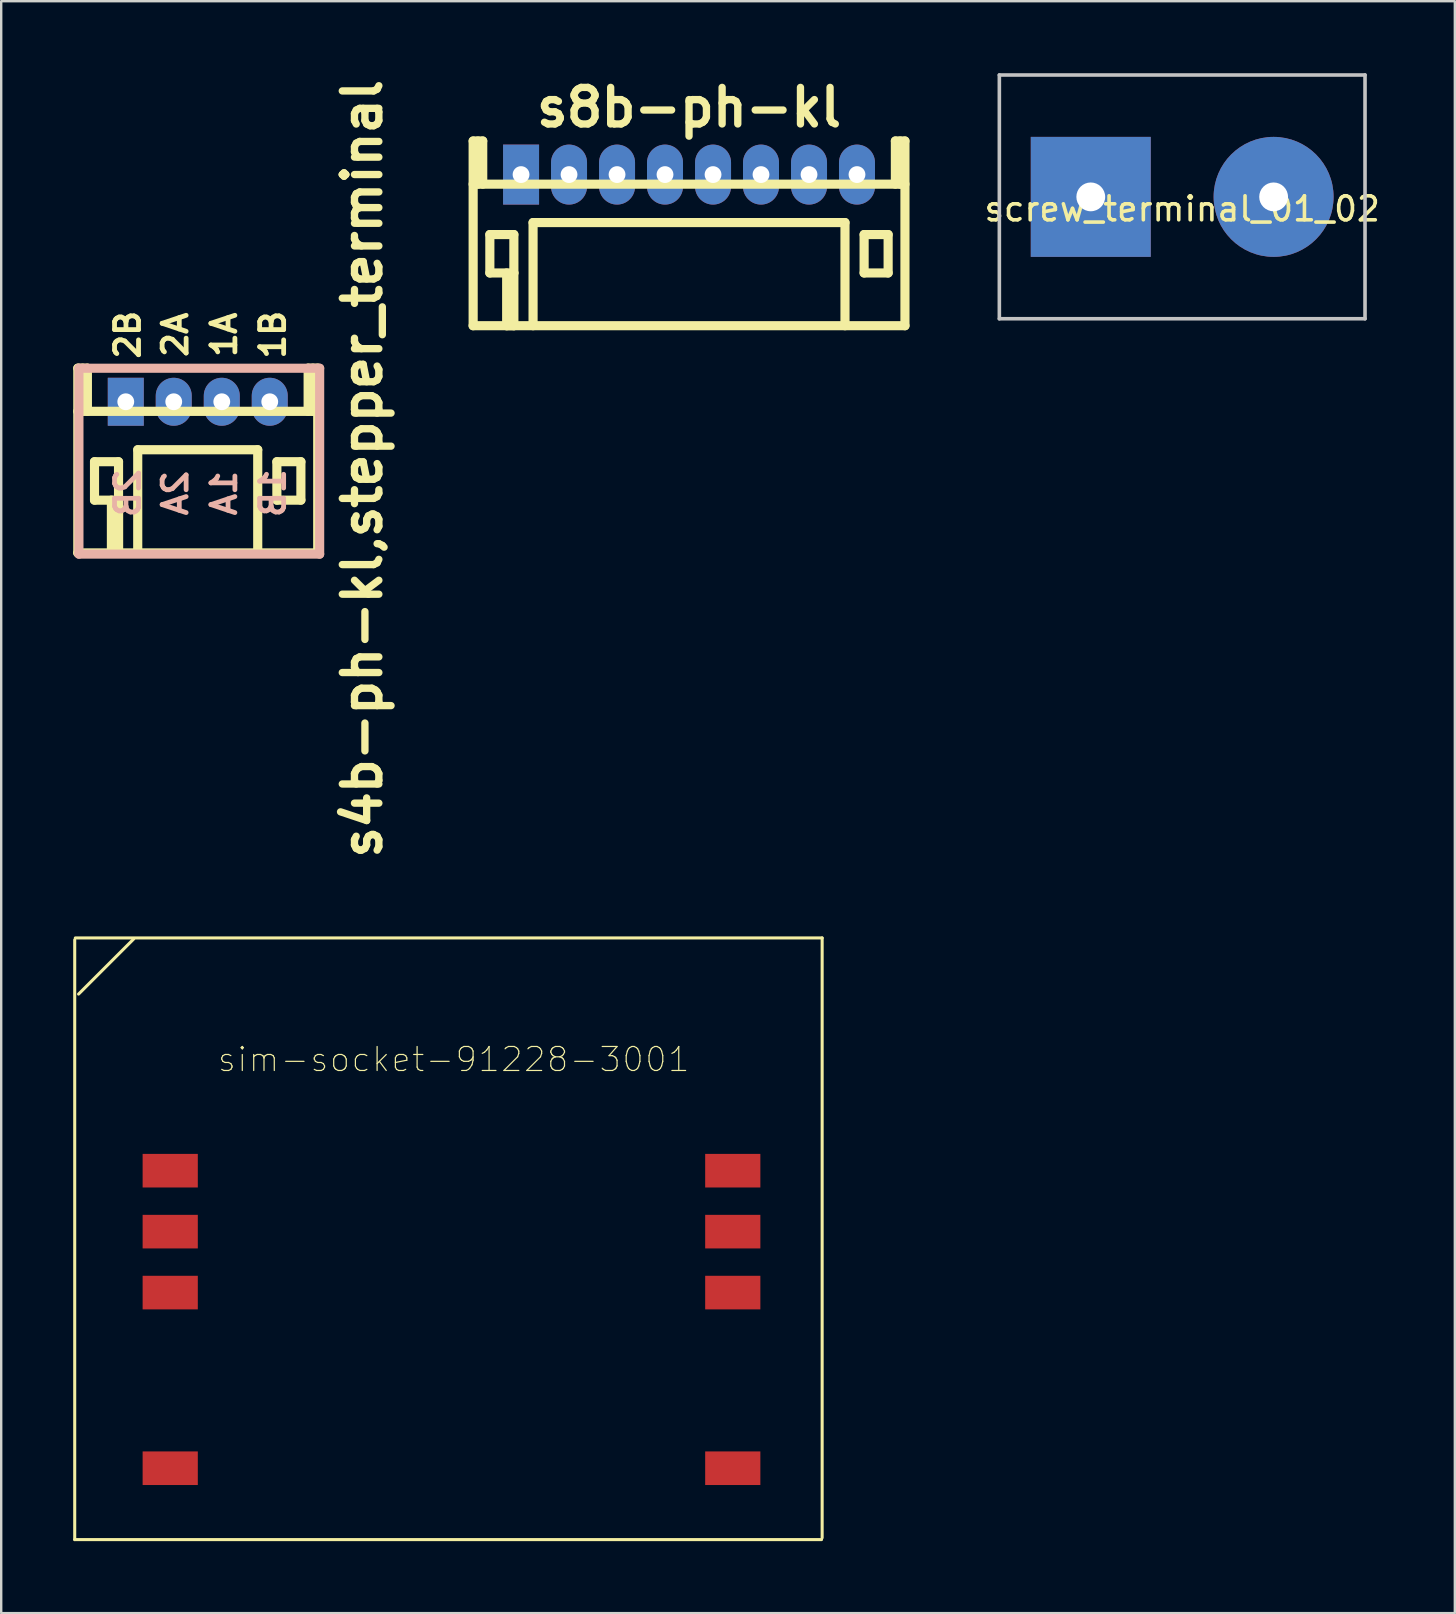
<source format=kicad_pcb>
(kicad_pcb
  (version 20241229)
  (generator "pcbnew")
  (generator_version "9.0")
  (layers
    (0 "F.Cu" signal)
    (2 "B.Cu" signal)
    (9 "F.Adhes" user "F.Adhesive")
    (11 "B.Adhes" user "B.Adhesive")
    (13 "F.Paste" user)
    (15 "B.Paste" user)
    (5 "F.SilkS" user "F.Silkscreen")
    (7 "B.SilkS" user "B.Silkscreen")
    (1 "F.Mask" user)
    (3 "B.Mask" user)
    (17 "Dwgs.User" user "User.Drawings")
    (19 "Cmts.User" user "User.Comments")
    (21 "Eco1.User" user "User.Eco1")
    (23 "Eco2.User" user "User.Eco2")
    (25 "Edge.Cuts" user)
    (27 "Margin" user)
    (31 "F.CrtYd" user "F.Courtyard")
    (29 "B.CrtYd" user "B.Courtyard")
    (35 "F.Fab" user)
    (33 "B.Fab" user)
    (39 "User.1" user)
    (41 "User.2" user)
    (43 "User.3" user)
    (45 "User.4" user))
  (footprint "sim-socket-91228-3001"
    (layer "F.Cu")
    (at 5.314 45.74)
    (property "Reference" "sim-socket-91228-3001" (at 10.543 -4.636 0) (layer "F.SilkS") (effects (font (size 1 1) (thickness 0.05))))
    (attr smd)
    (fp_line (start -5.25 15.375) (end -5.25 -9.625) (stroke (width 0.127) (type solid)) (layer "F.SilkS"))
    (fp_line (start -5.225 -9.7) (end 25.9 -9.7) (stroke (width 0.127) (type solid)) (layer "F.SilkS"))
    (fp_line (start -5.09 -7.36) (end -2.79 -9.66) (stroke (width 0.127) (type solid)) (layer "F.SilkS"))
    (fp_line (start 25.875 15.375) (end -5.25 15.375) (stroke (width 0.127) (type solid)) (layer "F.SilkS"))
    (fp_line (start 25.9 -9.7) (end 25.9 15.3) (stroke (width 0.127) (type solid)) (layer "F.SilkS"))
    (pad "C1" smd rect (at 22.175 0) (size 2.3 1.4) (layers "F.Cu" "F.Mask" "F.Paste"))
    (pad "C2" smd rect (at 22.175 2.54) (size 2.3 1.4) (layers "F.Cu" "F.Mask" "F.Paste"))
    (pad "C3" smd rect (at 22.175 5.08) (size 2.3 1.4) (layers "F.Cu" "F.Mask" "F.Paste"))
    (pad "C4" smd rect (at 22.175 12.4) (size 2.3 1.4) (layers "F.Cu" "F.Mask" "F.Paste"))
    (pad "C5" smd rect (at -1.27 0) (size 2.3 1.4) (layers "F.Cu" "F.Mask" "F.Paste"))
    (pad "C6" smd rect (at -1.27 2.54) (size 2.3 1.4) (layers "F.Cu" "F.Mask" "F.Paste"))
    (pad "C7" smd rect (at -1.27 5.08) (size 2.3 1.4) (layers "F.Cu" "F.Mask" "F.Paste"))
    (pad "C8" smd rect (at -1.27 12.4) (size 2.3 1.4) (layers "F.Cu" "F.Mask" "F.Paste")))
  (footprint "s4b-ph-kl,stepper_terminal"
    (layer "F.Cu")
    (at 5.192 13.694)
    (property "Reference" "s4b-ph-kl,stepper_terminal" (at 6.858 2.794 90) (layer "F.SilkS") (effects (font (size 1.524 1.524) (thickness 0.305))))
    (attr through_hole)
    (fp_line (start -5.001 0.399) (end 5.001 0.399) (stroke (width 0.381) (type solid)) (layer "F.SilkS"))
    (fp_line (start -5.001 6.299) (end 5.001 6.299) (stroke (width 0.381) (type solid)) (layer "F.SilkS"))
    (fp_line (start -4.999 -1.4) (end -4.999 6.299) (stroke (width 0.381) (type solid)) (layer "F.SilkS"))
    (fp_line (start -4.798 -1.4) (end -4.798 0.399) (stroke (width 0.381) (type solid)) (layer "F.SilkS"))
    (fp_line (start -4.6 -1.4) (end -4.999 -1.4) (stroke (width 0.381) (type solid)) (layer "F.SilkS"))
    (fp_line (start -4.6 0.399) (end -4.6 -1.4) (stroke (width 0.381) (type solid)) (layer "F.SilkS"))
    (fp_line (start -4.303 2.499) (end -3.302 2.499) (stroke (width 0.381) (type solid)) (layer "F.SilkS"))
    (fp_line (start -4.303 4.1) (end -4.303 2.499) (stroke (width 0.381) (type solid)) (layer "F.SilkS"))
    (fp_line (start -3.599 6.299) (end -3.599 4.1) (stroke (width 0.381) (type solid)) (layer "F.SilkS"))
    (fp_line (start -3.302 2.499) (end -3.302 4.1) (stroke (width 0.381) (type solid)) (layer "F.SilkS"))
    (fp_line (start -3.302 4.1) (end -4.303 4.1) (stroke (width 0.381) (type solid)) (layer "F.SilkS"))
    (fp_line (start -3.299 4.1) (end -3.299 6.299) (stroke (width 0.381) (type solid)) (layer "F.SilkS"))
    (fp_line (start -3.299 6.299) (end -3.599 6.299) (stroke (width 0.381) (type solid)) (layer "F.SilkS"))
    (fp_line (start -2.502 1.999) (end -2.502 6.299) (stroke (width 0.381) (type solid)) (layer "F.SilkS"))
    (fp_line (start 2.499 1.999) (end -2.499 1.999) (stroke (width 0.381) (type solid)) (layer "F.SilkS"))
    (fp_line (start 2.499 1.999) (end 2.499 6.299) (stroke (width 0.381) (type solid)) (layer "F.SilkS"))
    (fp_line (start 3.297 2.499) (end 4.298 2.499) (stroke (width 0.381) (type solid)) (layer "F.SilkS"))
    (fp_line (start 3.297 4.1) (end 3.297 2.499) (stroke (width 0.381) (type solid)) (layer "F.SilkS"))
    (fp_line (start 4.298 2.499) (end 4.298 4.1) (stroke (width 0.381) (type solid)) (layer "F.SilkS"))
    (fp_line (start 4.298 4.1) (end 3.297 4.1) (stroke (width 0.381) (type solid)) (layer "F.SilkS"))
    (fp_line (start 4.6 -1.4) (end 4.6 0.399) (stroke (width 0.381) (type solid)) (layer "F.SilkS"))
    (fp_line (start 4.798 -1.4) (end 4.798 0.399) (stroke (width 0.381) (type solid)) (layer "F.SilkS"))
    (fp_line (start 4.999 -1.4) (end 4.6 -1.4) (stroke (width 0.381) (type solid)) (layer "F.SilkS"))
    (fp_line (start 4.999 6.299) (end 4.999 -1.4) (stroke (width 0.381) (type solid)) (layer "F.SilkS"))
    (fp_line (start -4.953 -1.397) (end -4.953 6.35) (stroke (width 0.381) (type solid)) (layer "B.SilkS"))
    (fp_line (start -4.953 -1.397) (end 5.08 -1.397) (stroke (width 0.381) (type solid)) (layer "B.SilkS"))
    (fp_line (start -4.953 6.35) (end 5.08 6.35) (stroke (width 0.381) (type solid)) (layer "B.SilkS"))
    (fp_line (start 5.08 6.35) (end 5.08 -1.397) (stroke (width 0.381) (type solid)) (layer "B.SilkS"))
    (fp_text user "1B" (at 3.127 -2.794 90) (layer "F.SilkS") (effects (font (size 1 1) (thickness 0.2))))
    (fp_text user "2A" (at -0.937 -2.794 90) (layer "F.SilkS") (effects (font (size 1 1) (thickness 0.2))))
    (fp_text user "2B" (at -2.921 -2.794 90) (layer "F.SilkS") (effects (font (size 1 1) (thickness 0.2))))
    (fp_text user "1A" (at 1.095 -2.794 90) (layer "F.SilkS") (effects (font (size 1 1) (thickness 0.2))))
    (fp_text user "1B" (at 3.127 3.809 90) (layer "B.SilkS") (effects (font (size 1 1) (thickness 0.2)) (justify mirror)))
    (fp_text user "2A" (at -0.937 3.809 90) (layer "B.SilkS") (effects (font (size 1 1) (thickness 0.2)) (justify mirror)))
    (fp_text user "1A" (at 1.095 3.809 90) (layer "B.SilkS") (effects (font (size 1 1) (thickness 0.2)) (justify mirror)))
    (fp_text user "2B" (at -2.921 3.809 90) (layer "B.SilkS") (effects (font (size 1 1) (thickness 0.2)) (justify mirror)))
    (pad "1" thru_hole rect (at -3 0) (size 1.5 2) (drill 0.701) (layers "*.Cu" "*.Mask"))
    (pad "2" thru_hole oval (at -1.001 0) (size 1.5 2) (drill 0.701) (layers "*.Cu" "*.Mask"))
    (pad "3" thru_hole oval (at 1.001 0) (size 1.5 2) (drill 0.701) (layers "*.Cu" "*.Mask"))
    (pad "4" thru_hole oval (at 3 0) (size 1.5 2) (drill 0.701) (layers "*.Cu" "*.Mask")))
  (footprint "s8b-ph-kl"
    (layer "F.Cu")
    (at 25.666 4.226)
    (property "Reference" "s8b-ph-kl" (at 0 -2.799 0) (layer "F.SilkS") (effects (font (size 1.524 1.524) (thickness 0.305))))
    (attr through_hole)
    (fp_line (start -8.999 0.399) (end 8.999 0.399) (stroke (width 0.381) (type solid)) (layer "F.SilkS"))
    (fp_line (start -8.997 -1.4) (end -8.997 6.299) (stroke (width 0.381) (type solid)) (layer "F.SilkS"))
    (fp_line (start -8.796 -1.4) (end -8.796 0.399) (stroke (width 0.381) (type solid)) (layer "F.SilkS"))
    (fp_line (start -8.598 -1.4) (end -8.997 -1.4) (stroke (width 0.381) (type solid)) (layer "F.SilkS"))
    (fp_line (start -8.598 0.399) (end -8.598 -1.4) (stroke (width 0.381) (type solid)) (layer "F.SilkS"))
    (fp_line (start -8.301 2.499) (end -7.3 2.499) (stroke (width 0.381) (type solid)) (layer "F.SilkS"))
    (fp_line (start -8.301 4.1) (end -8.301 2.499) (stroke (width 0.381) (type solid)) (layer "F.SilkS"))
    (fp_line (start -7.6 6.299) (end -7.6 4.1) (stroke (width 0.381) (type solid)) (layer "F.SilkS"))
    (fp_line (start -7.3 2.499) (end -7.3 4.1) (stroke (width 0.381) (type solid)) (layer "F.SilkS"))
    (fp_line (start -7.3 4.1) (end -8.301 4.1) (stroke (width 0.381) (type solid)) (layer "F.SilkS"))
    (fp_line (start -7.3 4.1) (end -7.3 6.299) (stroke (width 0.381) (type solid)) (layer "F.SilkS"))
    (fp_line (start -7.3 6.299) (end -7.6 6.299) (stroke (width 0.381) (type solid)) (layer "F.SilkS"))
    (fp_line (start -6.5 1.999) (end -6.5 6.299) (stroke (width 0.381) (type solid)) (layer "F.SilkS"))
    (fp_line (start -6.5 1.999) (end 6.5 1.999) (stroke (width 0.381) (type solid)) (layer "F.SilkS"))
    (fp_line (start 6.5 1.999) (end 6.5 6.299) (stroke (width 0.381) (type solid)) (layer "F.SilkS"))
    (fp_line (start 7.297 2.499) (end 8.298 2.499) (stroke (width 0.381) (type solid)) (layer "F.SilkS"))
    (fp_line (start 7.297 4.1) (end 7.297 2.499) (stroke (width 0.381) (type solid)) (layer "F.SilkS"))
    (fp_line (start 8.298 2.499) (end 8.298 4.1) (stroke (width 0.381) (type solid)) (layer "F.SilkS"))
    (fp_line (start 8.298 4.1) (end 7.297 4.1) (stroke (width 0.381) (type solid)) (layer "F.SilkS"))
    (fp_line (start 8.6 -1.4) (end 8.6 0.399) (stroke (width 0.381) (type solid)) (layer "F.SilkS"))
    (fp_line (start 8.799 -1.4) (end 8.799 0.399) (stroke (width 0.381) (type solid)) (layer "F.SilkS"))
    (fp_line (start 8.999 -1.4) (end 8.6 -1.4) (stroke (width 0.381) (type solid)) (layer "F.SilkS"))
    (fp_line (start 8.999 6.299) (end -8.999 6.299) (stroke (width 0.381) (type solid)) (layer "F.SilkS"))
    (fp_line (start 8.999 6.299) (end 8.999 -1.4) (stroke (width 0.381) (type solid)) (layer "F.SilkS"))
    (pad "1" thru_hole rect (at -7 0) (size 1.5 2.5) (drill 0.701) (layers "*.Cu" "*.Mask"))
    (pad "2" thru_hole oval (at -5.001 0) (size 1.5 2.5) (drill 0.701) (layers "*.Cu" "*.Mask"))
    (pad "3" thru_hole oval (at -3 0) (size 1.5 2.5) (drill 0.701) (layers "*.Cu" "*.Mask"))
    (pad "4" thru_hole oval (at -1.001 0) (size 1.5 2.5) (drill 0.701) (layers "*.Cu" "*.Mask"))
    (pad "5" thru_hole oval (at 1.001 0) (size 1.5 2.5) (drill 0.701) (layers "*.Cu" "*.Mask"))
    (pad "6" thru_hole oval (at 3 0) (size 1.5 2.5) (drill 0.701) (layers "*.Cu" "*.Mask"))
    (pad "7" thru_hole oval (at 5.001 0) (size 1.5 2.5) (drill 0.701) (layers "*.Cu" "*.Mask"))
    (pad "8" thru_hole oval (at 7 0) (size 1.5 2.5) (drill 0.701) (layers "*.Cu" "*.Mask")))
  (footprint "screw_terminal_01_02"
    (layer "F.Cu")
    (at 46.219 5.155)
    (property "Reference" "screw_terminal_01_02" (at 0 0.5 0) (layer "F.SilkS") (effects (font (size 1 1) (thickness 0.15))))
    (attr through_hole)
    (fp_line (start -7.62 -5.08) (end -7.62 5.08) (stroke (width 0.15) (type solid)) (layer "Dwgs.User"))
    (fp_line (start -7.62 5.08) (end 7.62 5.08) (stroke (width 0.15) (type solid)) (layer "Dwgs.User"))
    (fp_line (start 7.62 -5.08) (end -7.62 -5.08) (stroke (width 0.15) (type solid)) (layer "Dwgs.User"))
    (fp_line (start 7.62 5.08) (end 7.62 -5.08) (stroke (width 0.15) (type solid)) (layer "Dwgs.User"))
    (pad "1" thru_hole trapezoid (at -3.81 0) (size 5 5) (drill 1.2) (layers "*.Cu" "*.Mask"))
    (pad "2" thru_hole circle (at 3.81 0) (size 5 5) (drill 1.2) (layers "*.Cu" "*.Mask")))
  (gr_rect
    (start -3 -3)
    (end 57.582 64.178)
    (stroke (width 0.1) (type default))
    (fill no)
    (layer "Edge.Cuts")))
</source>
